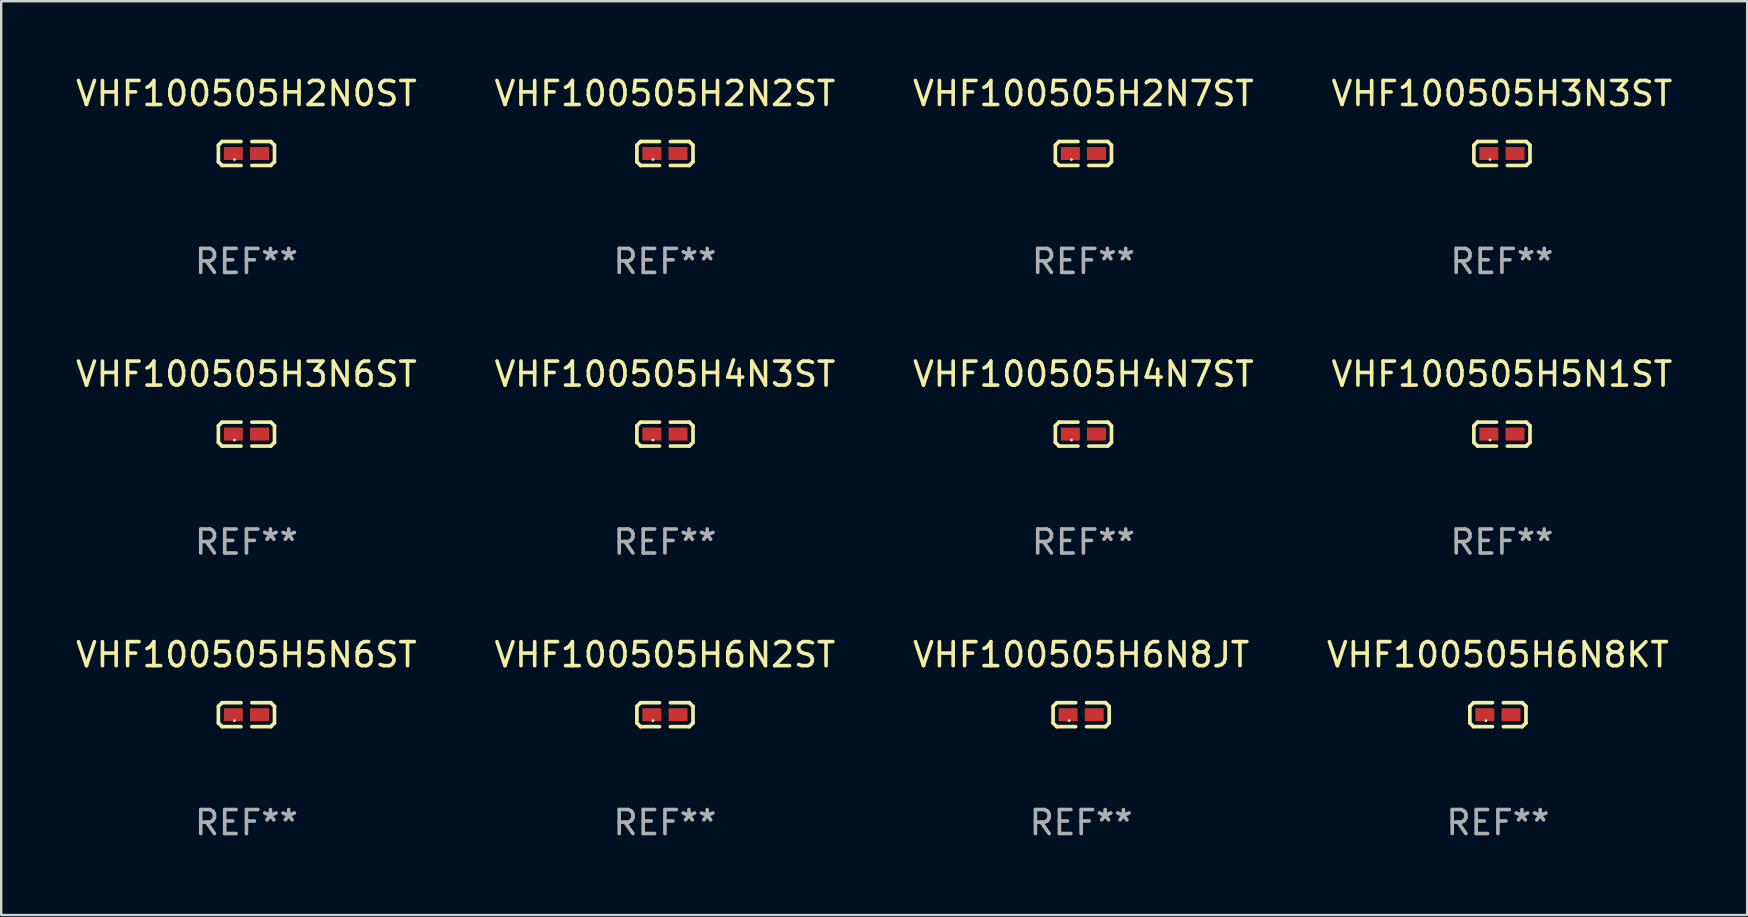
<source format=kicad_pcb>
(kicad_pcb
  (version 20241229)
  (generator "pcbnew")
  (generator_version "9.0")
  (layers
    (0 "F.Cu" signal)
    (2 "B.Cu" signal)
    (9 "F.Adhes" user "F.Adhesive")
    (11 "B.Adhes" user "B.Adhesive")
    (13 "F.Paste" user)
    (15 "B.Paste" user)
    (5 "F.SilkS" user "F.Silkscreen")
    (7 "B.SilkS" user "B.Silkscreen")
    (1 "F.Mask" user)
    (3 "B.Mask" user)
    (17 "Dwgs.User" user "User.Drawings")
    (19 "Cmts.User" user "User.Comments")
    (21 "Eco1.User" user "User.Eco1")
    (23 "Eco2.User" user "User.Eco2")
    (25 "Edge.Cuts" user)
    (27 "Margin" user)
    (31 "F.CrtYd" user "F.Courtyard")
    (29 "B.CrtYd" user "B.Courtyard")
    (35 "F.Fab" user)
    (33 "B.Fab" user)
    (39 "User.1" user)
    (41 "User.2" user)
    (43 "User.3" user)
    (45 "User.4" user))
  (footprint "VHF100505H3N6ST"
    (layer "F.Cu")
    (at 7.22 15.041)
    (property "Reference" "VHF100505H3N6ST" (at 0 -2.499 0) (layer "F.SilkS") (effects (font (size 1 1) (thickness 0.15))))
    (attr through_hole)
    (fp_line (start -1.169 -0.346) (end -1.016 -0.499) (stroke (width 0.152) (type solid)) (layer "F.SilkS"))
    (fp_line (start -1.169 0.346) (end -1.169 -0.346) (stroke (width 0.152) (type solid)) (layer "F.SilkS"))
    (fp_line (start -1.016 -0.499) (end -0.226 -0.499) (stroke (width 0.152) (type solid)) (layer "F.SilkS"))
    (fp_line (start -1.016 0.499) (end -1.169 0.346) (stroke (width 0.152) (type solid)) (layer "F.SilkS"))
    (fp_line (start -0.226 0.499) (end -1.016 0.499) (stroke (width 0.152) (type solid)) (layer "F.SilkS"))
    (fp_line (start 0.226 0.499) (end 1.016 0.499) (stroke (width 0.152) (type solid)) (layer "F.SilkS"))
    (fp_line (start 1.016 -0.499) (end 0.226 -0.499) (stroke (width 0.152) (type solid)) (layer "F.SilkS"))
    (fp_line (start 1.016 0.499) (end 1.169 0.346) (stroke (width 0.152) (type solid)) (layer "F.SilkS"))
    (fp_line (start 1.169 -0.346) (end 1.016 -0.499) (stroke (width 0.152) (type solid)) (layer "F.SilkS"))
    (fp_line (start 1.169 0.346) (end 1.169 -0.346) (stroke (width 0.152) (type solid)) (layer "F.SilkS"))
    (fp_circle (center -0.5 0.25) (end -0.47 0.25) (stroke (width 0.06) (type solid)) (fill no) (layer "F.SilkS"))
    (fp_text user "REF**" (at 0 4.499 0) (layer "F.Fab") (effects (font (size 1 1) (thickness 0.15))))
    (pad "1" smd rect (at -0.545 0) (size 0.79 0.54) (layers "F.Cu" "F.Mask" "F.Paste"))
    (pad "2" smd rect (at 0.545 0) (size 0.79 0.54) (layers "F.Cu" "F.Mask" "F.Paste")))
  (footprint "VHF100505H5N6ST"
    (layer "F.Cu")
    (at 7.22 26.734)
    (property "Reference" "VHF100505H5N6ST" (at 0 -2.499 0) (layer "F.SilkS") (effects (font (size 1 1) (thickness 0.15))))
    (attr through_hole)
    (fp_line (start -1.169 -0.346) (end -1.016 -0.499) (stroke (width 0.152) (type solid)) (layer "F.SilkS"))
    (fp_line (start -1.169 0.346) (end -1.169 -0.346) (stroke (width 0.152) (type solid)) (layer "F.SilkS"))
    (fp_line (start -1.016 -0.499) (end -0.226 -0.499) (stroke (width 0.152) (type solid)) (layer "F.SilkS"))
    (fp_line (start -1.016 0.499) (end -1.169 0.346) (stroke (width 0.152) (type solid)) (layer "F.SilkS"))
    (fp_line (start -0.226 0.499) (end -1.016 0.499) (stroke (width 0.152) (type solid)) (layer "F.SilkS"))
    (fp_line (start 0.226 0.499) (end 1.016 0.499) (stroke (width 0.152) (type solid)) (layer "F.SilkS"))
    (fp_line (start 1.016 -0.499) (end 0.226 -0.499) (stroke (width 0.152) (type solid)) (layer "F.SilkS"))
    (fp_line (start 1.016 0.499) (end 1.169 0.346) (stroke (width 0.152) (type solid)) (layer "F.SilkS"))
    (fp_line (start 1.169 -0.346) (end 1.016 -0.499) (stroke (width 0.152) (type solid)) (layer "F.SilkS"))
    (fp_line (start 1.169 0.346) (end 1.169 -0.346) (stroke (width 0.152) (type solid)) (layer "F.SilkS"))
    (fp_circle (center -0.5 0.25) (end -0.47 0.25) (stroke (width 0.06) (type solid)) (fill no) (layer "F.SilkS"))
    (fp_text user "REF**" (at 0 4.499 0) (layer "F.Fab") (effects (font (size 1 1) (thickness 0.15))))
    (pad "1" smd rect (at -0.545 0) (size 0.79 0.54) (layers "F.Cu" "F.Mask" "F.Paste"))
    (pad "2" smd rect (at 0.545 0) (size 0.79 0.54) (layers "F.Cu" "F.Mask" "F.Paste")))
  (footprint "VHF100505H4N3ST"
    (layer "F.Cu")
    (at 24.661 15.041)
    (property "Reference" "VHF100505H4N3ST" (at 0 -2.499 0) (layer "F.SilkS") (effects (font (size 1 1) (thickness 0.15))))
    (attr through_hole)
    (fp_line (start -1.169 -0.346) (end -1.016 -0.499) (stroke (width 0.152) (type solid)) (layer "F.SilkS"))
    (fp_line (start -1.169 0.346) (end -1.169 -0.346) (stroke (width 0.152) (type solid)) (layer "F.SilkS"))
    (fp_line (start -1.016 -0.499) (end -0.226 -0.499) (stroke (width 0.152) (type solid)) (layer "F.SilkS"))
    (fp_line (start -1.016 0.499) (end -1.169 0.346) (stroke (width 0.152) (type solid)) (layer "F.SilkS"))
    (fp_line (start -0.226 0.499) (end -1.016 0.499) (stroke (width 0.152) (type solid)) (layer "F.SilkS"))
    (fp_line (start 0.226 0.499) (end 1.016 0.499) (stroke (width 0.152) (type solid)) (layer "F.SilkS"))
    (fp_line (start 1.016 -0.499) (end 0.226 -0.499) (stroke (width 0.152) (type solid)) (layer "F.SilkS"))
    (fp_line (start 1.016 0.499) (end 1.169 0.346) (stroke (width 0.152) (type solid)) (layer "F.SilkS"))
    (fp_line (start 1.169 -0.346) (end 1.016 -0.499) (stroke (width 0.152) (type solid)) (layer "F.SilkS"))
    (fp_line (start 1.169 0.346) (end 1.169 -0.346) (stroke (width 0.152) (type solid)) (layer "F.SilkS"))
    (fp_circle (center -0.5 0.25) (end -0.47 0.25) (stroke (width 0.06) (type solid)) (fill no) (layer "F.SilkS"))
    (fp_text user "REF**" (at 0 4.499 0) (layer "F.Fab") (effects (font (size 1 1) (thickness 0.15))))
    (pad "1" smd rect (at -0.545 0) (size 0.79 0.54) (layers "F.Cu" "F.Mask" "F.Paste"))
    (pad "2" smd rect (at 0.545 0) (size 0.79 0.54) (layers "F.Cu" "F.Mask" "F.Paste")))
  (footprint "VHF100505H2N2ST"
    (layer "F.Cu")
    (at 24.661 3.347)
    (property "Reference" "VHF100505H2N2ST" (at 0 -2.499 0) (layer "F.SilkS") (effects (font (size 1 1) (thickness 0.15))))
    (attr through_hole)
    (fp_line (start -1.169 -0.346) (end -1.016 -0.499) (stroke (width 0.152) (type solid)) (layer "F.SilkS"))
    (fp_line (start -1.169 0.346) (end -1.169 -0.346) (stroke (width 0.152) (type solid)) (layer "F.SilkS"))
    (fp_line (start -1.016 -0.499) (end -0.226 -0.499) (stroke (width 0.152) (type solid)) (layer "F.SilkS"))
    (fp_line (start -1.016 0.499) (end -1.169 0.346) (stroke (width 0.152) (type solid)) (layer "F.SilkS"))
    (fp_line (start -0.226 0.499) (end -1.016 0.499) (stroke (width 0.152) (type solid)) (layer "F.SilkS"))
    (fp_line (start 0.226 0.499) (end 1.016 0.499) (stroke (width 0.152) (type solid)) (layer "F.SilkS"))
    (fp_line (start 1.016 -0.499) (end 0.226 -0.499) (stroke (width 0.152) (type solid)) (layer "F.SilkS"))
    (fp_line (start 1.016 0.499) (end 1.169 0.346) (stroke (width 0.152) (type solid)) (layer "F.SilkS"))
    (fp_line (start 1.169 -0.346) (end 1.016 -0.499) (stroke (width 0.152) (type solid)) (layer "F.SilkS"))
    (fp_line (start 1.169 0.346) (end 1.169 -0.346) (stroke (width 0.152) (type solid)) (layer "F.SilkS"))
    (fp_circle (center -0.5 0.25) (end -0.47 0.25) (stroke (width 0.06) (type solid)) (fill no) (layer "F.SilkS"))
    (fp_text user "REF**" (at 0 4.499 0) (layer "F.Fab") (effects (font (size 1 1) (thickness 0.15))))
    (pad "1" smd rect (at -0.545 0) (size 0.79 0.54) (layers "F.Cu" "F.Mask" "F.Paste"))
    (pad "2" smd rect (at 0.545 0) (size 0.79 0.54) (layers "F.Cu" "F.Mask" "F.Paste")))
  (footprint "VHF100505H2N0ST"
    (layer "F.Cu")
    (at 7.22 3.347)
    (property "Reference" "VHF100505H2N0ST" (at 0 -2.499 0) (layer "F.SilkS") (effects (font (size 1 1) (thickness 0.15))))
    (attr through_hole)
    (fp_line (start -1.169 -0.346) (end -1.016 -0.499) (stroke (width 0.152) (type solid)) (layer "F.SilkS"))
    (fp_line (start -1.169 0.346) (end -1.169 -0.346) (stroke (width 0.152) (type solid)) (layer "F.SilkS"))
    (fp_line (start -1.016 -0.499) (end -0.226 -0.499) (stroke (width 0.152) (type solid)) (layer "F.SilkS"))
    (fp_line (start -1.016 0.499) (end -1.169 0.346) (stroke (width 0.152) (type solid)) (layer "F.SilkS"))
    (fp_line (start -0.226 0.499) (end -1.016 0.499) (stroke (width 0.152) (type solid)) (layer "F.SilkS"))
    (fp_line (start 0.226 0.499) (end 1.016 0.499) (stroke (width 0.152) (type solid)) (layer "F.SilkS"))
    (fp_line (start 1.016 -0.499) (end 0.226 -0.499) (stroke (width 0.152) (type solid)) (layer "F.SilkS"))
    (fp_line (start 1.016 0.499) (end 1.169 0.346) (stroke (width 0.152) (type solid)) (layer "F.SilkS"))
    (fp_line (start 1.169 -0.346) (end 1.016 -0.499) (stroke (width 0.152) (type solid)) (layer "F.SilkS"))
    (fp_line (start 1.169 0.346) (end 1.169 -0.346) (stroke (width 0.152) (type solid)) (layer "F.SilkS"))
    (fp_circle (center -0.5 0.25) (end -0.47 0.25) (stroke (width 0.06) (type solid)) (fill no) (layer "F.SilkS"))
    (fp_text user "REF**" (at 0 4.499 0) (layer "F.Fab") (effects (font (size 1 1) (thickness 0.15))))
    (pad "1" smd rect (at -0.545 0) (size 0.79 0.54) (layers "F.Cu" "F.Mask" "F.Paste"))
    (pad "2" smd rect (at 0.545 0) (size 0.79 0.54) (layers "F.Cu" "F.Mask" "F.Paste")))
  (footprint "VHF100505H5N1ST"
    (layer "F.Cu")
    (at 59.542 15.041)
    (property "Reference" "VHF100505H5N1ST" (at 0 -2.499 0) (layer "F.SilkS") (effects (font (size 1 1) (thickness 0.15))))
    (attr through_hole)
    (fp_line (start -1.169 -0.346) (end -1.016 -0.499) (stroke (width 0.152) (type solid)) (layer "F.SilkS"))
    (fp_line (start -1.169 0.346) (end -1.169 -0.346) (stroke (width 0.152) (type solid)) (layer "F.SilkS"))
    (fp_line (start -1.016 -0.499) (end -0.226 -0.499) (stroke (width 0.152) (type solid)) (layer "F.SilkS"))
    (fp_line (start -1.016 0.499) (end -1.169 0.346) (stroke (width 0.152) (type solid)) (layer "F.SilkS"))
    (fp_line (start -0.226 0.499) (end -1.016 0.499) (stroke (width 0.152) (type solid)) (layer "F.SilkS"))
    (fp_line (start 0.226 0.499) (end 1.016 0.499) (stroke (width 0.152) (type solid)) (layer "F.SilkS"))
    (fp_line (start 1.016 -0.499) (end 0.226 -0.499) (stroke (width 0.152) (type solid)) (layer "F.SilkS"))
    (fp_line (start 1.016 0.499) (end 1.169 0.346) (stroke (width 0.152) (type solid)) (layer "F.SilkS"))
    (fp_line (start 1.169 -0.346) (end 1.016 -0.499) (stroke (width 0.152) (type solid)) (layer "F.SilkS"))
    (fp_line (start 1.169 0.346) (end 1.169 -0.346) (stroke (width 0.152) (type solid)) (layer "F.SilkS"))
    (fp_circle (center -0.5 0.25) (end -0.47 0.25) (stroke (width 0.06) (type solid)) (fill no) (layer "F.SilkS"))
    (fp_text user "REF**" (at 0 4.499 0) (layer "F.Fab") (effects (font (size 1 1) (thickness 0.15))))
    (pad "1" smd rect (at -0.545 0) (size 0.79 0.54) (layers "F.Cu" "F.Mask" "F.Paste"))
    (pad "2" smd rect (at 0.545 0) (size 0.79 0.54) (layers "F.Cu" "F.Mask" "F.Paste")))
  (footprint "VHF100505H4N7ST"
    (layer "F.Cu")
    (at 42.101 15.041)
    (property "Reference" "VHF100505H4N7ST" (at 0 -2.499 0) (layer "F.SilkS") (effects (font (size 1 1) (thickness 0.15))))
    (attr through_hole)
    (fp_line (start -1.169 -0.346) (end -1.016 -0.499) (stroke (width 0.152) (type solid)) (layer "F.SilkS"))
    (fp_line (start -1.169 0.346) (end -1.169 -0.346) (stroke (width 0.152) (type solid)) (layer "F.SilkS"))
    (fp_line (start -1.016 -0.499) (end -0.226 -0.499) (stroke (width 0.152) (type solid)) (layer "F.SilkS"))
    (fp_line (start -1.016 0.499) (end -1.169 0.346) (stroke (width 0.152) (type solid)) (layer "F.SilkS"))
    (fp_line (start -0.226 0.499) (end -1.016 0.499) (stroke (width 0.152) (type solid)) (layer "F.SilkS"))
    (fp_line (start 0.226 0.499) (end 1.016 0.499) (stroke (width 0.152) (type solid)) (layer "F.SilkS"))
    (fp_line (start 1.016 -0.499) (end 0.226 -0.499) (stroke (width 0.152) (type solid)) (layer "F.SilkS"))
    (fp_line (start 1.016 0.499) (end 1.169 0.346) (stroke (width 0.152) (type solid)) (layer "F.SilkS"))
    (fp_line (start 1.169 -0.346) (end 1.016 -0.499) (stroke (width 0.152) (type solid)) (layer "F.SilkS"))
    (fp_line (start 1.169 0.346) (end 1.169 -0.346) (stroke (width 0.152) (type solid)) (layer "F.SilkS"))
    (fp_circle (center -0.5 0.25) (end -0.47 0.25) (stroke (width 0.06) (type solid)) (fill no) (layer "F.SilkS"))
    (fp_text user "REF**" (at 0 4.499 0) (layer "F.Fab") (effects (font (size 1 1) (thickness 0.15))))
    (pad "1" smd rect (at -0.545 0) (size 0.79 0.54) (layers "F.Cu" "F.Mask" "F.Paste"))
    (pad "2" smd rect (at 0.545 0) (size 0.79 0.54) (layers "F.Cu" "F.Mask" "F.Paste")))
  (footprint "VHF100505H3N3ST"
    (layer "F.Cu")
    (at 59.542 3.347)
    (property "Reference" "VHF100505H3N3ST" (at 0 -2.499 0) (layer "F.SilkS") (effects (font (size 1 1) (thickness 0.15))))
    (attr through_hole)
    (fp_line (start -1.169 -0.346) (end -1.016 -0.499) (stroke (width 0.152) (type solid)) (layer "F.SilkS"))
    (fp_line (start -1.169 0.346) (end -1.169 -0.346) (stroke (width 0.152) (type solid)) (layer "F.SilkS"))
    (fp_line (start -1.016 -0.499) (end -0.226 -0.499) (stroke (width 0.152) (type solid)) (layer "F.SilkS"))
    (fp_line (start -1.016 0.499) (end -1.169 0.346) (stroke (width 0.152) (type solid)) (layer "F.SilkS"))
    (fp_line (start -0.226 0.499) (end -1.016 0.499) (stroke (width 0.152) (type solid)) (layer "F.SilkS"))
    (fp_line (start 0.226 0.499) (end 1.016 0.499) (stroke (width 0.152) (type solid)) (layer "F.SilkS"))
    (fp_line (start 1.016 -0.499) (end 0.226 -0.499) (stroke (width 0.152) (type solid)) (layer "F.SilkS"))
    (fp_line (start 1.016 0.499) (end 1.169 0.346) (stroke (width 0.152) (type solid)) (layer "F.SilkS"))
    (fp_line (start 1.169 -0.346) (end 1.016 -0.499) (stroke (width 0.152) (type solid)) (layer "F.SilkS"))
    (fp_line (start 1.169 0.346) (end 1.169 -0.346) (stroke (width 0.152) (type solid)) (layer "F.SilkS"))
    (fp_circle (center -0.5 0.25) (end -0.47 0.25) (stroke (width 0.06) (type solid)) (fill no) (layer "F.SilkS"))
    (fp_text user "REF**" (at 0 4.499 0) (layer "F.Fab") (effects (font (size 1 1) (thickness 0.15))))
    (pad "1" smd rect (at -0.545 0) (size 0.79 0.54) (layers "F.Cu" "F.Mask" "F.Paste"))
    (pad "2" smd rect (at 0.545 0) (size 0.79 0.54) (layers "F.Cu" "F.Mask" "F.Paste")))
  (footprint "VHF100505H6N8KT"
    (layer "F.Cu")
    (at 59.375 26.734)
    (property "Reference" "VHF100505H6N8KT" (at 0 -2.499 0) (layer "F.SilkS") (effects (font (size 1 1) (thickness 0.15))))
    (attr through_hole)
    (fp_line (start -1.169 -0.346) (end -1.016 -0.499) (stroke (width 0.152) (type solid)) (layer "F.SilkS"))
    (fp_line (start -1.169 0.346) (end -1.169 -0.346) (stroke (width 0.152) (type solid)) (layer "F.SilkS"))
    (fp_line (start -1.016 -0.499) (end -0.226 -0.499) (stroke (width 0.152) (type solid)) (layer "F.SilkS"))
    (fp_line (start -1.016 0.499) (end -1.169 0.346) (stroke (width 0.152) (type solid)) (layer "F.SilkS"))
    (fp_line (start -0.226 0.499) (end -1.016 0.499) (stroke (width 0.152) (type solid)) (layer "F.SilkS"))
    (fp_line (start 0.226 0.499) (end 1.016 0.499) (stroke (width 0.152) (type solid)) (layer "F.SilkS"))
    (fp_line (start 1.016 -0.499) (end 0.226 -0.499) (stroke (width 0.152) (type solid)) (layer "F.SilkS"))
    (fp_line (start 1.016 0.499) (end 1.169 0.346) (stroke (width 0.152) (type solid)) (layer "F.SilkS"))
    (fp_line (start 1.169 -0.346) (end 1.016 -0.499) (stroke (width 0.152) (type solid)) (layer "F.SilkS"))
    (fp_line (start 1.169 0.346) (end 1.169 -0.346) (stroke (width 0.152) (type solid)) (layer "F.SilkS"))
    (fp_circle (center -0.5 0.25) (end -0.47 0.25) (stroke (width 0.06) (type solid)) (fill no) (layer "F.SilkS"))
    (fp_text user "REF**" (at 0 4.499 0) (layer "F.Fab") (effects (font (size 1 1) (thickness 0.15))))
    (pad "1" smd rect (at -0.545 0) (size 0.79 0.54) (layers "F.Cu" "F.Mask" "F.Paste"))
    (pad "2" smd rect (at 0.545 0) (size 0.79 0.54) (layers "F.Cu" "F.Mask" "F.Paste")))
  (footprint "VHF100505H6N8JT"
    (layer "F.Cu")
    (at 42.006 26.734)
    (property "Reference" "VHF100505H6N8JT" (at 0 -2.499 0) (layer "F.SilkS") (effects (font (size 1 1) (thickness 0.15))))
    (attr through_hole)
    (fp_line (start -1.169 -0.346) (end -1.016 -0.499) (stroke (width 0.152) (type solid)) (layer "F.SilkS"))
    (fp_line (start -1.169 0.346) (end -1.169 -0.346) (stroke (width 0.152) (type solid)) (layer "F.SilkS"))
    (fp_line (start -1.016 -0.499) (end -0.226 -0.499) (stroke (width 0.152) (type solid)) (layer "F.SilkS"))
    (fp_line (start -1.016 0.499) (end -1.169 0.346) (stroke (width 0.152) (type solid)) (layer "F.SilkS"))
    (fp_line (start -0.226 0.499) (end -1.016 0.499) (stroke (width 0.152) (type solid)) (layer "F.SilkS"))
    (fp_line (start 0.226 0.499) (end 1.016 0.499) (stroke (width 0.152) (type solid)) (layer "F.SilkS"))
    (fp_line (start 1.016 -0.499) (end 0.226 -0.499) (stroke (width 0.152) (type solid)) (layer "F.SilkS"))
    (fp_line (start 1.016 0.499) (end 1.169 0.346) (stroke (width 0.152) (type solid)) (layer "F.SilkS"))
    (fp_line (start 1.169 -0.346) (end 1.016 -0.499) (stroke (width 0.152) (type solid)) (layer "F.SilkS"))
    (fp_line (start 1.169 0.346) (end 1.169 -0.346) (stroke (width 0.152) (type solid)) (layer "F.SilkS"))
    (fp_circle (center -0.5 0.25) (end -0.47 0.25) (stroke (width 0.06) (type solid)) (fill no) (layer "F.SilkS"))
    (fp_text user "REF**" (at 0 4.499 0) (layer "F.Fab") (effects (font (size 1 1) (thickness 0.15))))
    (pad "1" smd rect (at -0.545 0) (size 0.79 0.54) (layers "F.Cu" "F.Mask" "F.Paste"))
    (pad "2" smd rect (at 0.545 0) (size 0.79 0.54) (layers "F.Cu" "F.Mask" "F.Paste")))
  (footprint "VHF100505H2N7ST"
    (layer "F.Cu")
    (at 42.101 3.347)
    (property "Reference" "VHF100505H2N7ST" (at 0 -2.499 0) (layer "F.SilkS") (effects (font (size 1 1) (thickness 0.15))))
    (attr through_hole)
    (fp_line (start -1.169 -0.346) (end -1.016 -0.499) (stroke (width 0.152) (type solid)) (layer "F.SilkS"))
    (fp_line (start -1.169 0.346) (end -1.169 -0.346) (stroke (width 0.152) (type solid)) (layer "F.SilkS"))
    (fp_line (start -1.016 -0.499) (end -0.226 -0.499) (stroke (width 0.152) (type solid)) (layer "F.SilkS"))
    (fp_line (start -1.016 0.499) (end -1.169 0.346) (stroke (width 0.152) (type solid)) (layer "F.SilkS"))
    (fp_line (start -0.226 0.499) (end -1.016 0.499) (stroke (width 0.152) (type solid)) (layer "F.SilkS"))
    (fp_line (start 0.226 0.499) (end 1.016 0.499) (stroke (width 0.152) (type solid)) (layer "F.SilkS"))
    (fp_line (start 1.016 -0.499) (end 0.226 -0.499) (stroke (width 0.152) (type solid)) (layer "F.SilkS"))
    (fp_line (start 1.016 0.499) (end 1.169 0.346) (stroke (width 0.152) (type solid)) (layer "F.SilkS"))
    (fp_line (start 1.169 -0.346) (end 1.016 -0.499) (stroke (width 0.152) (type solid)) (layer "F.SilkS"))
    (fp_line (start 1.169 0.346) (end 1.169 -0.346) (stroke (width 0.152) (type solid)) (layer "F.SilkS"))
    (fp_circle (center -0.5 0.25) (end -0.47 0.25) (stroke (width 0.06) (type solid)) (fill no) (layer "F.SilkS"))
    (fp_text user "REF**" (at 0 4.499 0) (layer "F.Fab") (effects (font (size 1 1) (thickness 0.15))))
    (pad "1" smd rect (at -0.545 0) (size 0.79 0.54) (layers "F.Cu" "F.Mask" "F.Paste"))
    (pad "2" smd rect (at 0.545 0) (size 0.79 0.54) (layers "F.Cu" "F.Mask" "F.Paste")))
  (footprint "VHF100505H6N2ST"
    (layer "F.Cu")
    (at 24.661 26.734)
    (property "Reference" "VHF100505H6N2ST" (at 0 -2.499 0) (layer "F.SilkS") (effects (font (size 1 1) (thickness 0.15))))
    (attr through_hole)
    (fp_line (start -1.169 -0.346) (end -1.016 -0.499) (stroke (width 0.152) (type solid)) (layer "F.SilkS"))
    (fp_line (start -1.169 0.346) (end -1.169 -0.346) (stroke (width 0.152) (type solid)) (layer "F.SilkS"))
    (fp_line (start -1.016 -0.499) (end -0.226 -0.499) (stroke (width 0.152) (type solid)) (layer "F.SilkS"))
    (fp_line (start -1.016 0.499) (end -1.169 0.346) (stroke (width 0.152) (type solid)) (layer "F.SilkS"))
    (fp_line (start -0.226 0.499) (end -1.016 0.499) (stroke (width 0.152) (type solid)) (layer "F.SilkS"))
    (fp_line (start 0.226 0.499) (end 1.016 0.499) (stroke (width 0.152) (type solid)) (layer "F.SilkS"))
    (fp_line (start 1.016 -0.499) (end 0.226 -0.499) (stroke (width 0.152) (type solid)) (layer "F.SilkS"))
    (fp_line (start 1.016 0.499) (end 1.169 0.346) (stroke (width 0.152) (type solid)) (layer "F.SilkS"))
    (fp_line (start 1.169 -0.346) (end 1.016 -0.499) (stroke (width 0.152) (type solid)) (layer "F.SilkS"))
    (fp_line (start 1.169 0.346) (end 1.169 -0.346) (stroke (width 0.152) (type solid)) (layer "F.SilkS"))
    (fp_circle (center -0.5 0.25) (end -0.47 0.25) (stroke (width 0.06) (type solid)) (fill no) (layer "F.SilkS"))
    (fp_text user "REF**" (at 0 4.499 0) (layer "F.Fab") (effects (font (size 1 1) (thickness 0.15))))
    (pad "1" smd rect (at -0.545 0) (size 0.79 0.54) (layers "F.Cu" "F.Mask" "F.Paste"))
    (pad "2" smd rect (at 0.545 0) (size 0.79 0.54) (layers "F.Cu" "F.Mask" "F.Paste")))
  (gr_rect
    (start -3 -3)
    (end 69.762 35.081)
    (stroke (width 0.1) (type default))
    (fill no)
    (layer "Edge.Cuts")))
</source>
